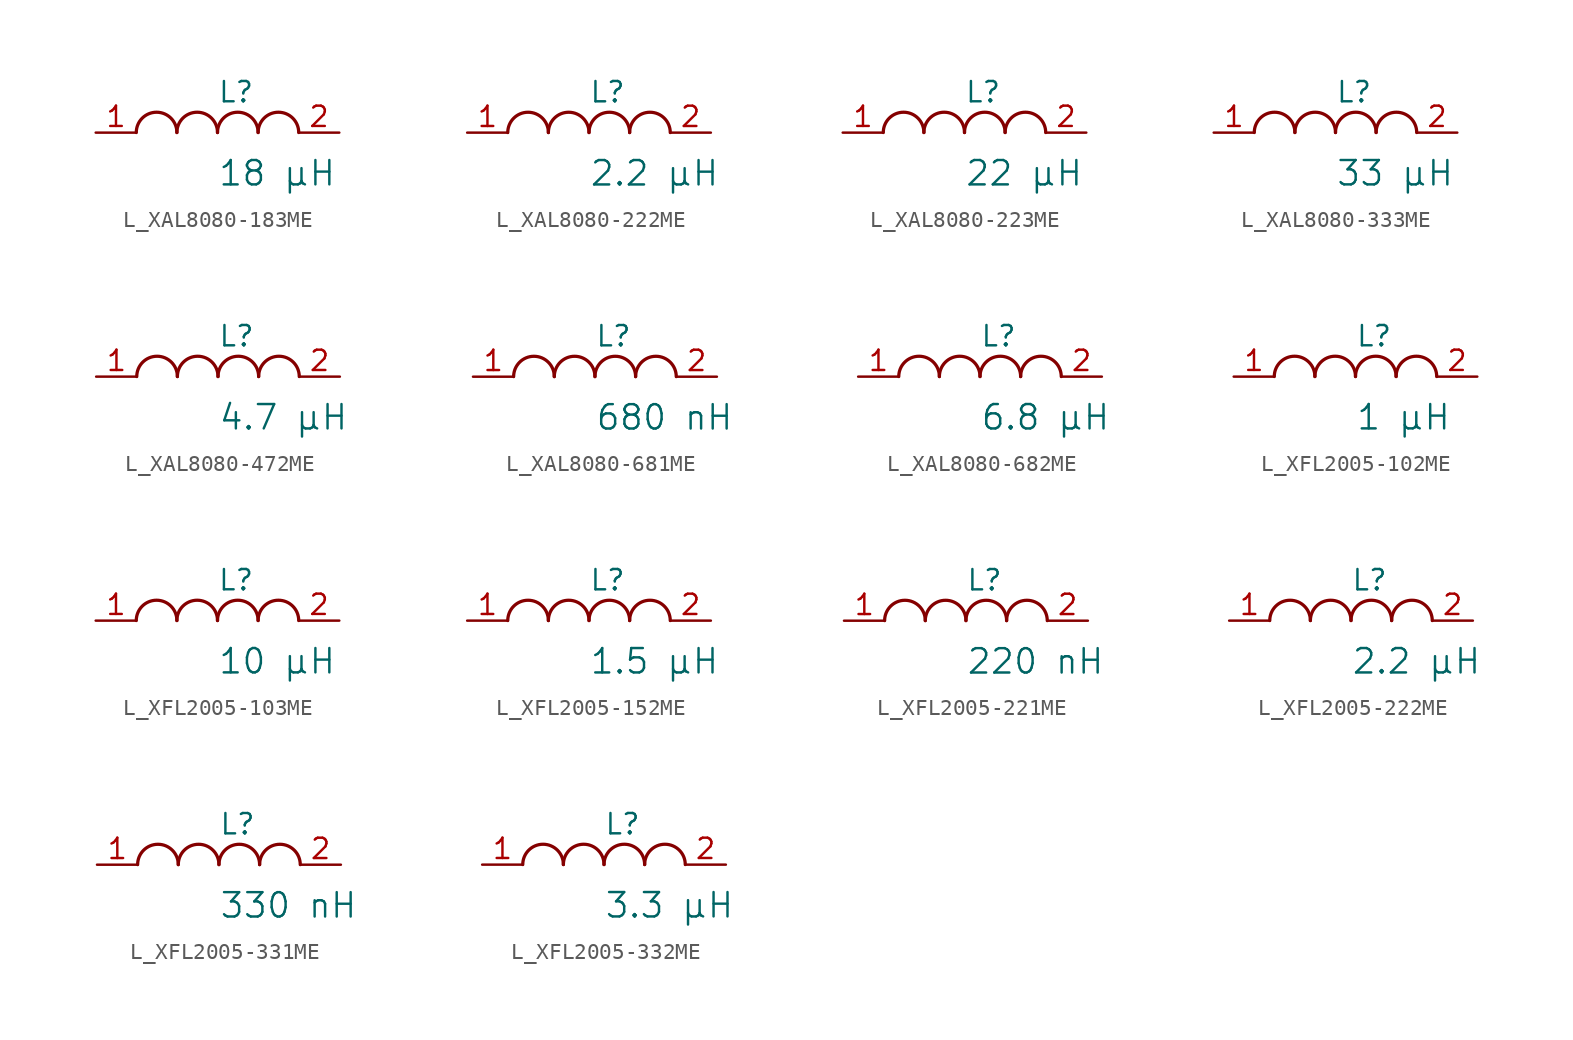
<source format=kicad_sym>
(kicad_symbol_lib
  (version 20231120)
  (generator "kicad_symbol_editor")
  (generator_version "8.0")
  (symbol "L_XAL8080-183ME"
    (pin_names
      (offset 0.254))
    (property "Reference" "L"
      (at 0 2.54 0)
      (effects (font (size 1.27 1.27)) (justify left)))
    (property "Value" "18 µH"
      (at 0 -2.54 0)
      (effects (font (size 1.524 1.524)) (justify left)))
    (symbol "L_XAL8080-183ME_1_1"
      (arc (start -2.54 0.0056) (mid -3.81 1.27) (end -5.08 0.0056) (stroke (width 0.2032) (type default)) (fill (type none)))
      (arc (start 0 0.0056) (mid -1.27 1.27) (end -2.54 0.0056) (stroke (width 0.2032) (type default)) (fill (type none)))
      (arc (start 2.54 0.0056) (mid 1.27 1.27) (end 0 0.0056) (stroke (width 0.2032) (type default)) (fill (type none)))
      (arc (start 5.08 0.0056) (mid 3.81 1.27) (end 2.54 0.0056) (stroke (width 0.2032) (type default)) (fill (type none)))
      (pin unspecified line (at -7.62 0 0) (length 2.54) (name "" (effects (font (size 1.27 1.27)))) (number "1" (effects (font (size 1.27 1.27)))))
      (pin unspecified line (at 7.62 0 180) (length 2.54) (name "" (effects (font (size 1.27 1.27)))) (number "2" (effects (font (size 1.27 1.27)))))))
  (symbol "L_XAL8080-222ME"
    (pin_names
      (offset 0.254))
    (property "Reference" "L"
      (at 0 2.54 0)
      (effects (font (size 1.27 1.27)) (justify left)))
    (property "Value" "2.2 µH"
      (at 0 -2.54 0)
      (effects (font (size 1.524 1.524)) (justify left)))
    (symbol "L_XAL8080-222ME_1_1"
      (arc (start -2.54 0.0056) (mid -3.81 1.27) (end -5.08 0.0056) (stroke (width 0.2032) (type default)) (fill (type none)))
      (arc (start 0 0.0056) (mid -1.27 1.27) (end -2.54 0.0056) (stroke (width 0.2032) (type default)) (fill (type none)))
      (arc (start 2.54 0.0056) (mid 1.27 1.27) (end 0 0.0056) (stroke (width 0.2032) (type default)) (fill (type none)))
      (arc (start 5.08 0.0056) (mid 3.81 1.27) (end 2.54 0.0056) (stroke (width 0.2032) (type default)) (fill (type none)))
      (pin unspecified line (at -7.62 0 0) (length 2.54) (name "" (effects (font (size 1.27 1.27)))) (number "1" (effects (font (size 1.27 1.27)))))
      (pin unspecified line (at 7.62 0 180) (length 2.54) (name "" (effects (font (size 1.27 1.27)))) (number "2" (effects (font (size 1.27 1.27)))))))
  (symbol "L_XAL8080-223ME"
    (pin_names
      (offset 0.254))
    (property "Reference" "L"
      (at 0 2.54 0)
      (effects (font (size 1.27 1.27)) (justify left)))
    (property "Value" "22 µH"
      (at 0 -2.54 0)
      (effects (font (size 1.524 1.524)) (justify left)))
    (symbol "L_XAL8080-223ME_1_1"
      (arc (start -2.54 0.0056) (mid -3.81 1.27) (end -5.08 0.0056) (stroke (width 0.2032) (type default)) (fill (type none)))
      (arc (start 0 0.0056) (mid -1.27 1.27) (end -2.54 0.0056) (stroke (width 0.2032) (type default)) (fill (type none)))
      (arc (start 2.54 0.0056) (mid 1.27 1.27) (end 0 0.0056) (stroke (width 0.2032) (type default)) (fill (type none)))
      (arc (start 5.08 0.0056) (mid 3.81 1.27) (end 2.54 0.0056) (stroke (width 0.2032) (type default)) (fill (type none)))
      (pin unspecified line (at -7.62 0 0) (length 2.54) (name "" (effects (font (size 1.27 1.27)))) (number "1" (effects (font (size 1.27 1.27)))))
      (pin unspecified line (at 7.62 0 180) (length 2.54) (name "" (effects (font (size 1.27 1.27)))) (number "2" (effects (font (size 1.27 1.27)))))))
  (symbol "L_XAL8080-333ME"
    (pin_names
      (offset 0.254))
    (property "Reference" "L"
      (at 0 2.54 0)
      (effects (font (size 1.27 1.27)) (justify left)))
    (property "Value" "33 µH"
      (at 0 -2.54 0)
      (effects (font (size 1.524 1.524)) (justify left)))
    (symbol "L_XAL8080-333ME_1_1"
      (arc (start -2.54 0.0056) (mid -3.81 1.27) (end -5.08 0.0056) (stroke (width 0.2032) (type default)) (fill (type none)))
      (arc (start 0 0.0056) (mid -1.27 1.27) (end -2.54 0.0056) (stroke (width 0.2032) (type default)) (fill (type none)))
      (arc (start 2.54 0.0056) (mid 1.27 1.27) (end 0 0.0056) (stroke (width 0.2032) (type default)) (fill (type none)))
      (arc (start 5.08 0.0056) (mid 3.81 1.27) (end 2.54 0.0056) (stroke (width 0.2032) (type default)) (fill (type none)))
      (pin unspecified line (at -7.62 0 0) (length 2.54) (name "" (effects (font (size 1.27 1.27)))) (number "1" (effects (font (size 1.27 1.27)))))
      (pin unspecified line (at 7.62 0 180) (length 2.54) (name "" (effects (font (size 1.27 1.27)))) (number "2" (effects (font (size 1.27 1.27)))))))
  (symbol "L_XAL8080-472ME"
    (pin_names
      (offset 0.254))
    (property "Reference" "L"
      (at 0 2.54 0)
      (effects (font (size 1.27 1.27)) (justify left)))
    (property "Value" "4.7 µH"
      (at 0 -2.54 0)
      (effects (font (size 1.524 1.524)) (justify left)))
    (symbol "L_XAL8080-472ME_1_1"
      (arc (start -2.54 0.0056) (mid -3.81 1.27) (end -5.08 0.0056) (stroke (width 0.2032) (type default)) (fill (type none)))
      (arc (start 0 0.0056) (mid -1.27 1.27) (end -2.54 0.0056) (stroke (width 0.2032) (type default)) (fill (type none)))
      (arc (start 2.54 0.0056) (mid 1.27 1.27) (end 0 0.0056) (stroke (width 0.2032) (type default)) (fill (type none)))
      (arc (start 5.08 0.0056) (mid 3.81 1.27) (end 2.54 0.0056) (stroke (width 0.2032) (type default)) (fill (type none)))
      (pin unspecified line (at -7.62 0 0) (length 2.54) (name "" (effects (font (size 1.27 1.27)))) (number "1" (effects (font (size 1.27 1.27)))))
      (pin unspecified line (at 7.62 0 180) (length 2.54) (name "" (effects (font (size 1.27 1.27)))) (number "2" (effects (font (size 1.27 1.27)))))))
  (symbol "L_XAL8080-681ME"
    (pin_names
      (offset 0.254))
    (property "Reference" "L"
      (at 0 2.54 0)
      (effects (font (size 1.27 1.27)) (justify left)))
    (property "Value" "680 nH"
      (at 0 -2.54 0)
      (effects (font (size 1.524 1.524)) (justify left)))
    (symbol "L_XAL8080-681ME_1_1"
      (arc (start -2.54 0.0056) (mid -3.81 1.27) (end -5.08 0.0056) (stroke (width 0.2032) (type default)) (fill (type none)))
      (arc (start 0 0.0056) (mid -1.27 1.27) (end -2.54 0.0056) (stroke (width 0.2032) (type default)) (fill (type none)))
      (arc (start 2.54 0.0056) (mid 1.27 1.27) (end 0 0.0056) (stroke (width 0.2032) (type default)) (fill (type none)))
      (arc (start 5.08 0.0056) (mid 3.81 1.27) (end 2.54 0.0056) (stroke (width 0.2032) (type default)) (fill (type none)))
      (pin unspecified line (at -7.62 0 0) (length 2.54) (name "" (effects (font (size 1.27 1.27)))) (number "1" (effects (font (size 1.27 1.27)))))
      (pin unspecified line (at 7.62 0 180) (length 2.54) (name "" (effects (font (size 1.27 1.27)))) (number "2" (effects (font (size 1.27 1.27)))))))
  (symbol "L_XAL8080-682ME"
    (pin_names
      (offset 0.254))
    (property "Reference" "L"
      (at 0 2.54 0)
      (effects (font (size 1.27 1.27)) (justify left)))
    (property "Value" "6.8 µH"
      (at 0 -2.54 0)
      (effects (font (size 1.524 1.524)) (justify left)))
    (symbol "L_XAL8080-682ME_1_1"
      (arc (start -2.54 0.0056) (mid -3.81 1.27) (end -5.08 0.0056) (stroke (width 0.2032) (type default)) (fill (type none)))
      (arc (start 0 0.0056) (mid -1.27 1.27) (end -2.54 0.0056) (stroke (width 0.2032) (type default)) (fill (type none)))
      (arc (start 2.54 0.0056) (mid 1.27 1.27) (end 0 0.0056) (stroke (width 0.2032) (type default)) (fill (type none)))
      (arc (start 5.08 0.0056) (mid 3.81 1.27) (end 2.54 0.0056) (stroke (width 0.2032) (type default)) (fill (type none)))
      (pin unspecified line (at -7.62 0 0) (length 2.54) (name "" (effects (font (size 1.27 1.27)))) (number "1" (effects (font (size 1.27 1.27)))))
      (pin unspecified line (at 7.62 0 180) (length 2.54) (name "" (effects (font (size 1.27 1.27)))) (number "2" (effects (font (size 1.27 1.27)))))))
  (symbol "L_XFL2005-102ME"
    (pin_names
      (offset 0.254))
    (property "Reference" "L"
      (at 0 2.54 0)
      (effects (font (size 1.27 1.27)) (justify left)))
    (property "Value" "1 µH"
      (at 0 -2.54 0)
      (effects (font (size 1.524 1.524)) (justify left)))
    (symbol "L_XFL2005-102ME_1_1"
      (arc (start -2.54 0.0056) (mid -3.81 1.27) (end -5.08 0.0056) (stroke (width 0.2032) (type default)) (fill (type none)))
      (arc (start 0 0.0056) (mid -1.27 1.27) (end -2.54 0.0056) (stroke (width 0.2032) (type default)) (fill (type none)))
      (arc (start 2.54 0.0056) (mid 1.27 1.27) (end 0 0.0056) (stroke (width 0.2032) (type default)) (fill (type none)))
      (arc (start 5.08 0.0056) (mid 3.81 1.27) (end 2.54 0.0056) (stroke (width 0.2032) (type default)) (fill (type none)))
      (pin unspecified line (at -7.62 0 0) (length 2.54) (name "" (effects (font (size 1.27 1.27)))) (number "1" (effects (font (size 1.27 1.27)))))
      (pin unspecified line (at 7.62 0 180) (length 2.54) (name "" (effects (font (size 1.27 1.27)))) (number "2" (effects (font (size 1.27 1.27)))))))
  (symbol "L_XFL2005-103ME"
    (pin_names
      (offset 0.254))
    (property "Reference" "L"
      (at 0 2.54 0)
      (effects (font (size 1.27 1.27)) (justify left)))
    (property "Value" "10 µH"
      (at 0 -2.54 0)
      (effects (font (size 1.524 1.524)) (justify left)))
    (symbol "L_XFL2005-103ME_1_1"
      (arc (start -2.54 0.0056) (mid -3.81 1.27) (end -5.08 0.0056) (stroke (width 0.2032) (type default)) (fill (type none)))
      (arc (start 0 0.0056) (mid -1.27 1.27) (end -2.54 0.0056) (stroke (width 0.2032) (type default)) (fill (type none)))
      (arc (start 2.54 0.0056) (mid 1.27 1.27) (end 0 0.0056) (stroke (width 0.2032) (type default)) (fill (type none)))
      (arc (start 5.08 0.0056) (mid 3.81 1.27) (end 2.54 0.0056) (stroke (width 0.2032) (type default)) (fill (type none)))
      (pin unspecified line (at -7.62 0 0) (length 2.54) (name "" (effects (font (size 1.27 1.27)))) (number "1" (effects (font (size 1.27 1.27)))))
      (pin unspecified line (at 7.62 0 180) (length 2.54) (name "" (effects (font (size 1.27 1.27)))) (number "2" (effects (font (size 1.27 1.27)))))))
  (symbol "L_XFL2005-152ME"
    (pin_names
      (offset 0.254))
    (property "Reference" "L"
      (at 0 2.54 0)
      (effects (font (size 1.27 1.27)) (justify left)))
    (property "Value" "1.5 µH"
      (at 0 -2.54 0)
      (effects (font (size 1.524 1.524)) (justify left)))
    (symbol "L_XFL2005-152ME_1_1"
      (arc (start -2.54 0.0056) (mid -3.81 1.27) (end -5.08 0.0056) (stroke (width 0.2032) (type default)) (fill (type none)))
      (arc (start 0 0.0056) (mid -1.27 1.27) (end -2.54 0.0056) (stroke (width 0.2032) (type default)) (fill (type none)))
      (arc (start 2.54 0.0056) (mid 1.27 1.27) (end 0 0.0056) (stroke (width 0.2032) (type default)) (fill (type none)))
      (arc (start 5.08 0.0056) (mid 3.81 1.27) (end 2.54 0.0056) (stroke (width 0.2032) (type default)) (fill (type none)))
      (pin unspecified line (at -7.62 0 0) (length 2.54) (name "" (effects (font (size 1.27 1.27)))) (number "1" (effects (font (size 1.27 1.27)))))
      (pin unspecified line (at 7.62 0 180) (length 2.54) (name "" (effects (font (size 1.27 1.27)))) (number "2" (effects (font (size 1.27 1.27)))))))
  (symbol "L_XFL2005-221ME"
    (pin_names
      (offset 0.254))
    (property "Reference" "L"
      (at 0 2.54 0)
      (effects (font (size 1.27 1.27)) (justify left)))
    (property "Value" "220 nH"
      (at 0 -2.54 0)
      (effects (font (size 1.524 1.524)) (justify left)))
    (symbol "L_XFL2005-221ME_1_1"
      (arc (start -2.54 0.0056) (mid -3.81 1.27) (end -5.08 0.0056) (stroke (width 0.2032) (type default)) (fill (type none)))
      (arc (start 0 0.0056) (mid -1.27 1.27) (end -2.54 0.0056) (stroke (width 0.2032) (type default)) (fill (type none)))
      (arc (start 2.54 0.0056) (mid 1.27 1.27) (end 0 0.0056) (stroke (width 0.2032) (type default)) (fill (type none)))
      (arc (start 5.08 0.0056) (mid 3.81 1.27) (end 2.54 0.0056) (stroke (width 0.2032) (type default)) (fill (type none)))
      (pin unspecified line (at -7.62 0 0) (length 2.54) (name "" (effects (font (size 1.27 1.27)))) (number "1" (effects (font (size 1.27 1.27)))))
      (pin unspecified line (at 7.62 0 180) (length 2.54) (name "" (effects (font (size 1.27 1.27)))) (number "2" (effects (font (size 1.27 1.27)))))))
  (symbol "L_XFL2005-222ME"
    (pin_names
      (offset 0.254))
    (property "Reference" "L"
      (at 0 2.54 0)
      (effects (font (size 1.27 1.27)) (justify left)))
    (property "Value" "2.2 µH"
      (at 0 -2.54 0)
      (effects (font (size 1.524 1.524)) (justify left)))
    (symbol "L_XFL2005-222ME_1_1"
      (arc (start -2.54 0.0056) (mid -3.81 1.27) (end -5.08 0.0056) (stroke (width 0.2032) (type default)) (fill (type none)))
      (arc (start 0 0.0056) (mid -1.27 1.27) (end -2.54 0.0056) (stroke (width 0.2032) (type default)) (fill (type none)))
      (arc (start 2.54 0.0056) (mid 1.27 1.27) (end 0 0.0056) (stroke (width 0.2032) (type default)) (fill (type none)))
      (arc (start 5.08 0.0056) (mid 3.81 1.27) (end 2.54 0.0056) (stroke (width 0.2032) (type default)) (fill (type none)))
      (pin unspecified line (at -7.62 0 0) (length 2.54) (name "" (effects (font (size 1.27 1.27)))) (number "1" (effects (font (size 1.27 1.27)))))
      (pin unspecified line (at 7.62 0 180) (length 2.54) (name "" (effects (font (size 1.27 1.27)))) (number "2" (effects (font (size 1.27 1.27)))))))
  (symbol "L_XFL2005-331ME"
    (pin_names
      (offset 0.254))
    (property "Reference" "L"
      (at 0 2.54 0)
      (effects (font (size 1.27 1.27)) (justify left)))
    (property "Value" "330 nH"
      (at 0 -2.54 0)
      (effects (font (size 1.524 1.524)) (justify left)))
    (symbol "L_XFL2005-331ME_1_1"
      (arc (start -2.54 0.0056) (mid -3.81 1.27) (end -5.08 0.0056) (stroke (width 0.2032) (type default)) (fill (type none)))
      (arc (start 0 0.0056) (mid -1.27 1.27) (end -2.54 0.0056) (stroke (width 0.2032) (type default)) (fill (type none)))
      (arc (start 2.54 0.0056) (mid 1.27 1.27) (end 0 0.0056) (stroke (width 0.2032) (type default)) (fill (type none)))
      (arc (start 5.08 0.0056) (mid 3.81 1.27) (end 2.54 0.0056) (stroke (width 0.2032) (type default)) (fill (type none)))
      (pin unspecified line (at -7.62 0 0) (length 2.54) (name "" (effects (font (size 1.27 1.27)))) (number "1" (effects (font (size 1.27 1.27)))))
      (pin unspecified line (at 7.62 0 180) (length 2.54) (name "" (effects (font (size 1.27 1.27)))) (number "2" (effects (font (size 1.27 1.27)))))))
  (symbol "L_XFL2005-332ME"
    (pin_names
      (offset 0.254))
    (property "Reference" "L"
      (at 0 2.54 0)
      (effects (font (size 1.27 1.27)) (justify left)))
    (property "Value" "3.3 µH"
      (at 0 -2.54 0)
      (effects (font (size 1.524 1.524)) (justify left)))
    (symbol "L_XFL2005-332ME_1_1"
      (arc (start -2.54 0.0056) (mid -3.81 1.27) (end -5.08 0.0056) (stroke (width 0.2032) (type default)) (fill (type none)))
      (arc (start 0 0.0056) (mid -1.27 1.27) (end -2.54 0.0056) (stroke (width 0.2032) (type default)) (fill (type none)))
      (arc (start 2.54 0.0056) (mid 1.27 1.27) (end 0 0.0056) (stroke (width 0.2032) (type default)) (fill (type none)))
      (arc (start 5.08 0.0056) (mid 3.81 1.27) (end 2.54 0.0056) (stroke (width 0.2032) (type default)) (fill (type none)))
      (pin unspecified line (at -7.62 0 0) (length 2.54) (name "" (effects (font (size 1.27 1.27)))) (number "1" (effects (font (size 1.27 1.27)))))
      (pin unspecified line (at 7.62 0 180) (length 2.54) (name "" (effects (font (size 1.27 1.27)))) (number "2" (effects (font (size 1.27 1.27))))))))
</source>
